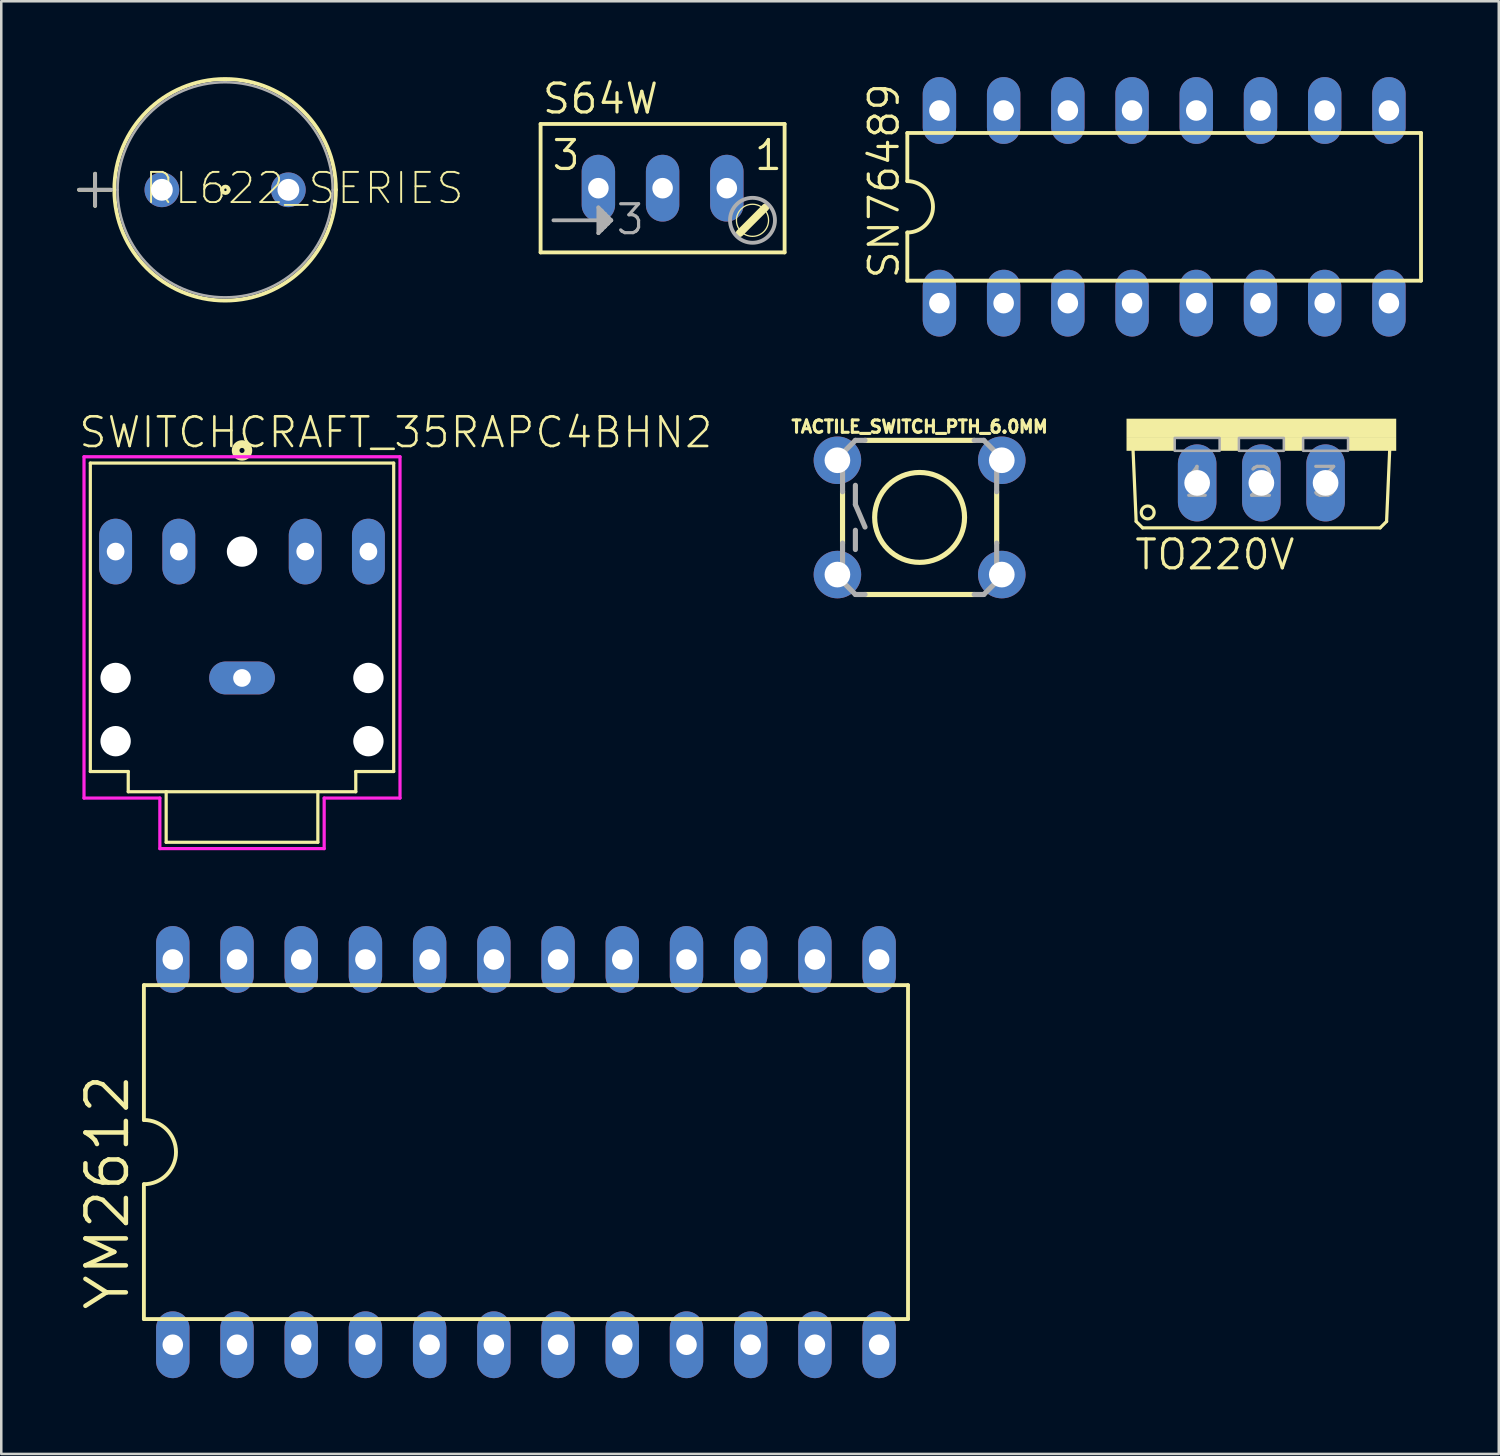
<source format=kicad_pcb>
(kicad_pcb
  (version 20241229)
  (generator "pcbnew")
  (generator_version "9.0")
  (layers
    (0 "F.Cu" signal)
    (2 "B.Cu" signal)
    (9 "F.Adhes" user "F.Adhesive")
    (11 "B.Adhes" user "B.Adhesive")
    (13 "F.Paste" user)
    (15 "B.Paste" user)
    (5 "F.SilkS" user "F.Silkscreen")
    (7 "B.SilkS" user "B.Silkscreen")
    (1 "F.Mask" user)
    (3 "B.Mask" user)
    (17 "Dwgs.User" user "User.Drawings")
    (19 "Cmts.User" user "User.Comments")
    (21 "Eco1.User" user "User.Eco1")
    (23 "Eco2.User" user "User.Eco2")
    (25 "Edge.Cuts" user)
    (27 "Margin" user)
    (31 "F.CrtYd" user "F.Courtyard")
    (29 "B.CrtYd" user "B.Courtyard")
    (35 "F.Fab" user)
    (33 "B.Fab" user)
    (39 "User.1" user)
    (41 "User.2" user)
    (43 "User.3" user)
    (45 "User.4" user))
  (footprint "TACTILE_SWITCH_PTH_6.0MM"
    (layer "F.Cu")
    (at 33.326 17.417)
    (property "Reference" "TACTILE_SWITCH_PTH_6.0MM" (at 0 -3.302 0) (layer "F.SilkS") (effects (font (size 0.488 0.488) (thickness 0.122)) (justify bottom)))
    (fp_line (start -3.048 -1.028) (end -3.048 1.016) (stroke (width 0.203) (type solid)) (layer "F.SilkS"))
    (fp_line (start -2.159 3.048) (end 2.159 3.048) (stroke (width 0.203) (type solid)) (layer "F.SilkS"))
    (fp_line (start 2.159 -3.048) (end -2.159 -3.048) (stroke (width 0.203) (type solid)) (layer "F.SilkS"))
    (fp_line (start 3.048 -0.998) (end 3.048 1.016) (stroke (width 0.203) (type solid)) (layer "F.SilkS"))
    (fp_circle (center 0 0) (end 1.778 0) (stroke (width 0.203) (type solid)) (fill no) (layer "F.SilkS"))
    (fp_line (start -3.048 -2.54) (end -3.048 -1.016) (stroke (width 0.203) (type solid)) (layer "F.Fab"))
    (fp_line (start -3.048 2.54) (end -3.048 1.016) (stroke (width 0.203) (type solid)) (layer "F.Fab"))
    (fp_line (start -2.54 -3.048) (end -3.048 -2.54) (stroke (width 0.203) (type solid)) (layer "F.Fab"))
    (fp_line (start -2.54 -3.048) (end -2.159 -3.048) (stroke (width 0.203) (type solid)) (layer "F.Fab"))
    (fp_line (start -2.54 -1.27) (end -2.54 -0.508) (stroke (width 0.203) (type solid)) (layer "F.Fab"))
    (fp_line (start -2.54 -0.508) (end -2.159 0.381) (stroke (width 0.203) (type solid)) (layer "F.Fab"))
    (fp_line (start -2.54 0.508) (end -2.54 1.27) (stroke (width 0.203) (type solid)) (layer "F.Fab"))
    (fp_line (start -2.54 3.048) (end -3.048 2.54) (stroke (width 0.203) (type solid)) (layer "F.Fab"))
    (fp_line (start -2.54 3.048) (end -2.159 3.048) (stroke (width 0.203) (type solid)) (layer "F.Fab"))
    (fp_line (start 2.54 -3.048) (end 2.159 -3.048) (stroke (width 0.203) (type solid)) (layer "F.Fab"))
    (fp_line (start 2.54 3.048) (end 2.159 3.048) (stroke (width 0.203) (type solid)) (layer "F.Fab"))
    (fp_line (start 2.54 3.048) (end 3.048 2.54) (stroke (width 0.203) (type solid)) (layer "F.Fab"))
    (fp_line (start 3.048 -2.54) (end 2.54 -3.048) (stroke (width 0.203) (type solid)) (layer "F.Fab"))
    (fp_line (start 3.048 -1.016) (end 3.048 -2.54) (stroke (width 0.203) (type solid)) (layer "F.Fab"))
    (fp_line (start 3.048 2.54) (end 3.048 1.016) (stroke (width 0.203) (type solid)) (layer "F.Fab"))
    (pad "1" thru_hole circle (at -3.251 -2.261) (size 1.88 1.88) (drill 1.016) (layers "*.Cu" "*.Mask"))
    (pad "2" thru_hole circle (at 3.251 -2.261) (size 1.88 1.88) (drill 1.016) (layers "*.Cu" "*.Mask"))
    (pad "3" thru_hole circle (at -3.251 2.261) (size 1.88 1.88) (drill 1.016) (layers "*.Cu" "*.Mask"))
    (pad "4" thru_hole circle (at 3.251 2.261) (size 1.88 1.88) (drill 1.016) (layers "*.Cu" "*.Mask")))
  (footprint "YM2612"
    (layer "F.Cu")
    (at 17.755 42.523)
    (property "Reference" "YM2612" (at -15.621 6.35 90) (layer "F.SilkS") (effects (font (size 1.6 1.6) (thickness 0.178)) (justify left bottom)))
    (fp_line (start -15.113 -6.604) (end -15.113 -1.27) (stroke (width 0.152) (type solid)) (layer "F.SilkS"))
    (fp_line (start -15.113 -6.604) (end 15.113 -6.604) (stroke (width 0.152) (type solid)) (layer "F.SilkS"))
    (fp_line (start -15.113 1.27) (end -15.113 6.604) (stroke (width 0.152) (type solid)) (layer "F.SilkS"))
    (fp_line (start -15.113 6.604) (end 15.113 6.604) (stroke (width 0.152) (type solid)) (layer "F.SilkS"))
    (fp_line (start 15.113 6.604) (end 15.113 -6.604) (stroke (width 0.152) (type solid)) (layer "F.SilkS"))
    (fp_arc (start -15.113 -1.27) (mid -13.843 0) (end -15.113 1.27) (stroke (width 0.1524) (type solid)) (layer "F.SilkS"))
    (pad "/CS" thru_hole oval (at 11.43 -7.62 90) (size 2.642 1.321) (drill 0.813) (layers "*.Cu" "*.Mask"))
    (pad "/IC" thru_hole oval (at 11.43 7.62 90) (size 2.642 1.321) (drill 0.813) (layers "*.Cu" "*.Mask"))
    (pad "/IRQ" thru_hole oval (at 13.97 -7.62 90) (size 2.642 1.321) (drill 0.813) (layers "*.Cu" "*.Mask"))
    (pad "/RD" thru_hole oval (at 6.35 -7.62 90) (size 2.642 1.321) (drill 0.813) (layers "*.Cu" "*.Mask"))
    (pad "/WR" thru_hole oval (at 8.89 -7.62 90) (size 2.642 1.321) (drill 0.813) (layers "*.Cu" "*.Mask"))
    (pad "A0" thru_hole oval (at 3.81 -7.62 90) (size 2.642 1.321) (drill 0.813) (layers "*.Cu" "*.Mask"))
    (pad "A1" thru_hole oval (at 1.27 -7.62 90) (size 2.642 1.321) (drill 0.813) (layers "*.Cu" "*.Mask"))
    (pad "AGND" thru_hole oval (at -1.27 -7.62 90) (size 2.642 1.321) (drill 0.813) (layers "*.Cu" "*.Mask"))
    (pad "AVCC" thru_hole oval (at -8.89 -7.62 90) (size 2.642 1.321) (drill 0.813) (layers "*.Cu" "*.Mask"))
    (pad "D0" thru_hole oval (at -11.43 7.62 90) (size 2.642 1.321) (drill 0.813) (layers "*.Cu" "*.Mask"))
    (pad "D1" thru_hole oval (at -8.89 7.62 90) (size 2.642 1.321) (drill 0.813) (layers "*.Cu" "*.Mask"))
    (pad "D2" thru_hole oval (at -6.35 7.62 90) (size 2.642 1.321) (drill 0.813) (layers "*.Cu" "*.Mask"))
    (pad "D3" thru_hole oval (at -3.81 7.62 90) (size 2.642 1.321) (drill 0.813) (layers "*.Cu" "*.Mask"))
    (pad "D4" thru_hole oval (at -1.27 7.62 90) (size 2.642 1.321) (drill 0.813) (layers "*.Cu" "*.Mask"))
    (pad "D5" thru_hole oval (at 1.27 7.62 90) (size 2.642 1.321) (drill 0.813) (layers "*.Cu" "*.Mask"))
    (pad "D6" thru_hole oval (at 3.81 7.62 90) (size 2.642 1.321) (drill 0.813) (layers "*.Cu" "*.Mask"))
    (pad "D7" thru_hole oval (at 6.35 7.62 90) (size 2.642 1.321) (drill 0.813) (layers "*.Cu" "*.Mask"))
    (pad "GND@1" thru_hole oval (at -13.97 7.62 90) (size 2.642 1.321) (drill 0.813) (layers "*.Cu" "*.Mask"))
    (pad "GND@2" thru_hole oval (at 13.97 7.62 90) (size 2.642 1.321) (drill 0.813) (layers "*.Cu" "*.Mask"))
    (pad "M" thru_hole oval (at -13.97 -7.62 90) (size 2.642 1.321) (drill 0.813) (layers "*.Cu" "*.Mask"))
    (pad "MOL" thru_hole oval (at -6.35 -7.62 90) (size 2.642 1.321) (drill 0.813) (layers "*.Cu" "*.Mask"))
    (pad "MOR" thru_hole oval (at -3.81 -7.62 90) (size 2.642 1.321) (drill 0.813) (layers "*.Cu" "*.Mask"))
    (pad "NC" thru_hole oval (at 8.89 7.62 90) (size 2.642 1.321) (drill 0.813) (layers "*.Cu" "*.Mask"))
    (pad "VCC" thru_hole oval (at -11.43 -7.62 90) (size 2.642 1.321) (drill 0.813) (layers "*.Cu" "*.Mask")))
  (footprint "S64W"
    (layer "F.Cu")
    (at 23.16 5.664)
    (property "Reference" "S64W" (at -4.826 -4.14 0) (layer "F.SilkS") (effects (font (size 1.143 1.143) (thickness 0.127)) (justify left bottom)))
    (fp_line (start -4.826 -3.81) (end 4.826 -3.81) (stroke (width 0.152) (type solid)) (layer "F.SilkS"))
    (fp_line (start -4.826 1.27) (end -4.826 -3.81) (stroke (width 0.152) (type solid)) (layer "F.SilkS"))
    (fp_line (start -4.826 1.27) (end 4.826 1.27) (stroke (width 0.152) (type solid)) (layer "F.SilkS"))
    (fp_line (start 4.064 -0.508) (end 3.048 0.508) (stroke (width 0.305) (type solid)) (layer "F.SilkS"))
    (fp_line (start 4.826 -3.81) (end 4.826 1.27) (stroke (width 0.152) (type solid)) (layer "F.SilkS"))
    (fp_circle (center 3.556 0) (end 4.191 0) (stroke (width 0.051) (type solid)) (fill no) (layer "F.SilkS"))
    (fp_line (start -4.318 0) (end -2.413 0) (stroke (width 0.152) (type solid)) (layer "F.Fab"))
    (fp_line (start -2.54 -0.508) (end -2.54 0.508) (stroke (width 0.152) (type solid)) (layer "F.Fab"))
    (fp_line (start -2.54 0.508) (end -2.413 0.381) (stroke (width 0.152) (type solid)) (layer "F.Fab"))
    (fp_line (start -2.413 -0.381) (end -2.54 -0.508) (stroke (width 0.152) (type solid)) (layer "F.Fab"))
    (fp_line (start -2.413 0) (end -2.413 -0.381) (stroke (width 0.152) (type solid)) (layer "F.Fab"))
    (fp_line (start -2.413 0.381) (end -2.413 0) (stroke (width 0.152) (type solid)) (layer "F.Fab"))
    (fp_line (start -2.286 -0.254) (end -2.413 -0.381) (stroke (width 0.152) (type solid)) (layer "F.Fab"))
    (fp_line (start -2.286 0.254) (end -2.413 0.381) (stroke (width 0.152) (type solid)) (layer "F.Fab"))
    (fp_line (start -2.286 0.254) (end -2.286 -0.254) (stroke (width 0.152) (type solid)) (layer "F.Fab"))
    (fp_line (start -2.159 -0.127) (end -2.286 -0.254) (stroke (width 0.152) (type solid)) (layer "F.Fab"))
    (fp_line (start -2.159 0.127) (end -2.286 0.254) (stroke (width 0.152) (type solid)) (layer "F.Fab"))
    (fp_line (start -2.159 0.127) (end -2.159 -0.127) (stroke (width 0.152) (type solid)) (layer "F.Fab"))
    (fp_line (start -2.032 0) (end -2.413 0) (stroke (width 0.152) (type solid)) (layer "F.Fab"))
    (fp_line (start -2.032 0) (end -2.159 -0.127) (stroke (width 0.152) (type solid)) (layer "F.Fab"))
    (fp_line (start -2.032 0) (end -2.159 0.127) (stroke (width 0.152) (type solid)) (layer "F.Fab"))
    (fp_circle (center 3.556 0) (end 4.445 0) (stroke (width 0.152) (type solid)) (fill no) (layer "F.Fab"))
    (fp_text user "3" (at -4.445 -1.905 0) (layer "F.SilkS") (effects (font (size 1.143 1.143) (thickness 0.127)) (justify left bottom)))
    (fp_text user "1" (at 3.556 -1.905 0) (layer "F.SilkS") (effects (font (size 1.143 1.143) (thickness 0.127)) (justify left bottom)))
    (fp_text user "3" (at -1.905 0.635 0) (layer "F.Fab") (effects (font (size 1.143 1.143) (thickness 0.127)) (justify left bottom)))
    (pad "A" thru_hole oval (at 2.54 -1.27 90) (size 2.642 1.321) (drill 0.813) (layers "*.Cu" "*.Mask"))
    (pad "E" thru_hole oval (at -2.54 -1.27 90) (size 2.642 1.321) (drill 0.813) (layers "*.Cu" "*.Mask"))
    (pad "S" thru_hole oval (at 0 -1.27 90) (size 2.642 1.321) (drill 0.813) (layers "*.Cu" "*.Mask")))
  (footprint "SWITCHCRAFT_35RAPC4BHN2"
    (layer "F.Cu")
    (at 6.523 22.768)
    (property "Reference" "SWITCHCRAFT_35RAPC4BHN2" (at -6.523 -8.028 0) (layer "F.SilkS") (effects (font (size 1.173 1.173) (thickness 0.102)) (justify left bottom)))
    (fp_line (start -6 -7.5) (end 6 -7.5) (stroke (width 0.127) (type solid)) (layer "F.SilkS"))
    (fp_line (start -6 4.7) (end -6 -7.5) (stroke (width 0.127) (type solid)) (layer "F.SilkS"))
    (fp_line (start -4.5 4.7) (end -6 4.7) (stroke (width 0.127) (type solid)) (layer "F.SilkS"))
    (fp_line (start -4.5 5.5) (end -4.5 4.7) (stroke (width 0.127) (type solid)) (layer "F.SilkS"))
    (fp_line (start -4.5 5.5) (end -3 5.5) (stroke (width 0.127) (type solid)) (layer "F.SilkS"))
    (fp_line (start -3 5.5) (end 3 5.5) (stroke (width 0.127) (type solid)) (layer "F.SilkS"))
    (fp_line (start -3 7.5) (end -3 5.5) (stroke (width 0.127) (type solid)) (layer "F.SilkS"))
    (fp_line (start -3 7.5) (end 3 7.5) (stroke (width 0.127) (type solid)) (layer "F.SilkS"))
    (fp_line (start 3 5.5) (end 4.5 5.5) (stroke (width 0.127) (type solid)) (layer "F.SilkS"))
    (fp_line (start 3 7.5) (end 3 5.5) (stroke (width 0.127) (type solid)) (layer "F.SilkS"))
    (fp_line (start 4.5 4.7) (end 4.5 5.5) (stroke (width 0.127) (type solid)) (layer "F.SilkS"))
    (fp_line (start 6 -7.5) (end 6 4.7) (stroke (width 0.127) (type solid)) (layer "F.SilkS"))
    (fp_line (start 6 4.7) (end 4.5 4.7) (stroke (width 0.127) (type solid)) (layer "F.SilkS"))
    (fp_circle (center 0 -8) (end 0.1 -8) (stroke (width 0.305) (type solid)) (fill no) (layer "F.SilkS"))
    (fp_line (start -6.25 -7.75) (end 6.25 -7.75) (stroke (width 0.127) (type solid)) (layer "F.CrtYd"))
    (fp_line (start -6.25 5.75) (end -6.25 -7.75) (stroke (width 0.127) (type solid)) (layer "F.CrtYd"))
    (fp_line (start -3.25 5.75) (end -6.25 5.75) (stroke (width 0.127) (type solid)) (layer "F.CrtYd"))
    (fp_line (start -3.25 7.75) (end -3.25 5.75) (stroke (width 0.127) (type solid)) (layer "F.CrtYd"))
    (fp_line (start 3.25 5.75) (end 3.25 7.75) (stroke (width 0.127) (type solid)) (layer "F.CrtYd"))
    (fp_line (start 3.25 7.75) (end -3.25 7.75) (stroke (width 0.127) (type solid)) (layer "F.CrtYd"))
    (fp_line (start 6.25 -7.75) (end 6.25 5.75) (stroke (width 0.127) (type solid)) (layer "F.CrtYd"))
    (fp_line (start 6.25 5.75) (end 3.25 5.75) (stroke (width 0.127) (type solid)) (layer "F.CrtYd"))
    (pad "" np_thru_hole circle (at -5 1) (size 1.2 1.2) (drill 1.2) (layers "*.Cu" "*.Mask"))
    (pad "" np_thru_hole circle (at -5 3.5) (size 1.2 1.2) (drill 1.2) (layers "*.Cu" "*.Mask"))
    (pad "" np_thru_hole circle (at 0 -4) (size 1.2 1.2) (drill 1.2) (layers "*.Cu" "*.Mask"))
    (pad "" np_thru_hole circle (at 5 1) (size 1.2 1.2) (drill 1.2) (layers "*.Cu" "*.Mask"))
    (pad "" np_thru_hole circle (at 5 3.5) (size 1.2 1.2) (drill 1.2) (layers "*.Cu" "*.Mask"))
    (pad "1" thru_hole oval (at 0 1 180) (size 2.6 1.3) (drill 0.7) (layers "*.Cu" "*.Mask"))
    (pad "2" thru_hole oval (at 5 -4 90) (size 2.6 1.3) (drill 0.7) (layers "*.Cu" "*.Mask"))
    (pad "3" thru_hole oval (at -5 -4 90) (size 2.6 1.3) (drill 0.7) (layers "*.Cu" "*.Mask"))
    (pad "10" thru_hole oval (at 2.5 -4 90) (size 2.6 1.3) (drill 0.7) (layers "*.Cu" "*.Mask"))
    (pad "11" thru_hole oval (at -2.5 -4 90) (size 2.6 1.3) (drill 0.7) (layers "*.Cu" "*.Mask")))
  (footprint "TO220V"
    (layer "F.Cu")
    (at 46.845 13.512)
    (property "Reference" "TO220V" (at -5.08 6.045 0) (layer "F.SilkS") (effects (font (size 1.143 1.143) (thickness 0.127)) (justify left bottom)))
    (fp_line (start -4.953 4.064) (end -5.08 1.143) (stroke (width 0.127) (type solid)) (layer "F.SilkS"))
    (fp_line (start -4.953 4.064) (end -4.699 4.318) (stroke (width 0.127) (type solid)) (layer "F.SilkS"))
    (fp_line (start 4.699 4.318) (end -4.699 4.318) (stroke (width 0.127) (type solid)) (layer "F.SilkS"))
    (fp_line (start 4.699 4.318) (end 4.953 4.064) (stroke (width 0.127) (type solid)) (layer "F.SilkS"))
    (fp_line (start 5.08 1.143) (end 4.953 4.064) (stroke (width 0.127) (type solid)) (layer "F.SilkS"))
    (fp_circle (center -4.496 3.708) (end -4.242 3.708) (stroke (width 0.127) (type solid)) (fill no) (layer "F.SilkS"))
    (fp_poly (pts (xy -5.334 0.762) (xy 5.334 0.762) (xy 5.334 0) (xy -5.334 0)) (stroke (width 0) (type solid)) (fill yes) (layer "F.SilkS"))
    (fp_poly (pts (xy -5.334 1.27) (xy -3.429 1.27) (xy -3.429 0.762) (xy -5.334 0.762)) (stroke (width 0) (type solid)) (fill yes) (layer "F.SilkS"))
    (fp_poly (pts (xy -1.651 1.27) (xy -0.889 1.27) (xy -0.889 0.762) (xy -1.651 0.762)) (stroke (width 0) (type solid)) (fill yes) (layer "F.SilkS"))
    (fp_poly (pts (xy 0.889 1.27) (xy 1.651 1.27) (xy 1.651 0.762) (xy 0.889 0.762)) (stroke (width 0) (type solid)) (fill yes) (layer "F.SilkS"))
    (fp_poly (pts (xy 3.429 1.27) (xy 5.334 1.27) (xy 5.334 0.762) (xy 3.429 0.762)) (stroke (width 0) (type solid)) (fill yes) (layer "F.SilkS"))
    (fp_poly (pts (xy -3.429 1.27) (xy -1.651 1.27) (xy -1.651 0.762) (xy -3.429 0.762)) (stroke (width 0.1) (type solid)) (fill no) (layer "F.Fab"))
    (fp_poly (pts (xy -0.889 1.27) (xy 0.889 1.27) (xy 0.889 0.762) (xy -0.889 0.762)) (stroke (width 0.1) (type solid)) (fill no) (layer "F.Fab"))
    (fp_poly (pts (xy 1.651 1.27) (xy 3.429 1.27) (xy 3.429 0.762) (xy 1.651 0.762)) (stroke (width 0.1) (type solid)) (fill no) (layer "F.Fab"))
    (fp_text user "3" (at 1.905 3.175 0) (layer "F.Fab") (effects (font (size 1.143 1.143) (thickness 0.127)) (justify left bottom)))
    (fp_text user "2" (at -0.635 3.175 0) (layer "F.Fab") (effects (font (size 1.143 1.143) (thickness 0.127)) (justify left bottom)))
    (fp_text user "1" (at -3.175 3.175 0) (layer "F.Fab") (effects (font (size 1.143 1.143) (thickness 0.127)) (justify left bottom)))
    (pad "1" thru_hole oval (at -2.54 2.54 90) (size 3.048 1.524) (drill 1.016) (layers "*.Cu" "*.Mask"))
    (pad "2" thru_hole oval (at 0 2.54 90) (size 3.048 1.524) (drill 1.016) (layers "*.Cu" "*.Mask"))
    (pad "3" thru_hole oval (at 2.54 2.54 90) (size 3.048 1.524) (drill 1.016) (layers "*.Cu" "*.Mask")))
  (footprint "SN76489"
    (layer "F.Cu")
    (at 37.92 5.131)
    (property "Reference" "SN76489" (at -5.334 2.921 90) (layer "F.SilkS") (effects (font (size 1.143 1.143) (thickness 0.127)) (justify left bottom)))
    (fp_line (start -5.08 -2.921) (end -5.08 -1.016) (stroke (width 0.152) (type solid)) (layer "F.SilkS"))
    (fp_line (start -5.08 2.921) (end -5.08 1.016) (stroke (width 0.152) (type solid)) (layer "F.SilkS"))
    (fp_line (start -5.08 2.921) (end 15.24 2.921) (stroke (width 0.152) (type solid)) (layer "F.SilkS"))
    (fp_line (start 15.24 -2.921) (end -5.08 -2.921) (stroke (width 0.152) (type solid)) (layer "F.SilkS"))
    (fp_line (start 15.24 -2.921) (end 15.24 2.921) (stroke (width 0.152) (type solid)) (layer "F.SilkS"))
    (fp_arc (start -5.08 -1.016) (mid -4.064 0) (end -5.08 1.016) (stroke (width 0.1524) (type solid)) (layer "F.SilkS"))
    (pad "/OE" thru_hole oval (at 8.89 3.81 90) (size 2.642 1.321) (drill 0.813) (layers "*.Cu" "*.Mask"))
    (pad "/WE" thru_hole oval (at 6.35 3.81 90) (size 2.642 1.321) (drill 0.813) (layers "*.Cu" "*.Mask"))
    (pad "CLOCK" thru_hole oval (at 1.27 -3.81 90) (size 2.642 1.321) (drill 0.813) (layers "*.Cu" "*.Mask"))
    (pad "D0" thru_hole oval (at 11.43 -3.81 90) (size 2.642 1.321) (drill 0.813) (layers "*.Cu" "*.Mask"))
    (pad "D1" thru_hole oval (at 8.89 -3.81 90) (size 2.642 1.321) (drill 0.813) (layers "*.Cu" "*.Mask"))
    (pad "D2" thru_hole oval (at 6.35 -3.81 90) (size 2.642 1.321) (drill 0.813) (layers "*.Cu" "*.Mask"))
    (pad "D3" thru_hole oval (at 3.81 -3.81 90) (size 2.642 1.321) (drill 0.813) (layers "*.Cu" "*.Mask"))
    (pad "D4" thru_hole oval (at -1.27 -3.81 90) (size 2.642 1.321) (drill 0.813) (layers "*.Cu" "*.Mask"))
    (pad "D5" thru_hole oval (at -3.81 3.81 90) (size 2.642 1.321) (drill 0.813) (layers "*.Cu" "*.Mask"))
    (pad "D6" thru_hole oval (at -1.27 3.81 90) (size 2.642 1.321) (drill 0.813) (layers "*.Cu" "*.Mask"))
    (pad "D7" thru_hole oval (at 1.27 3.81 90) (size 2.642 1.321) (drill 0.813) (layers "*.Cu" "*.Mask"))
    (pad "GND" thru_hole oval (at 13.97 3.81 90) (size 2.642 1.321) (drill 0.813) (layers "*.Cu" "*.Mask"))
    (pad "NC" thru_hole oval (at 13.97 -3.81 90) (size 2.642 1.321) (drill 0.813) (layers "*.Cu" "*.Mask"))
    (pad "READY" thru_hole oval (at 3.81 3.81 90) (size 2.642 1.321) (drill 0.813) (layers "*.Cu" "*.Mask"))
    (pad "SND_OUT" thru_hole oval (at 11.43 3.81 90) (size 2.642 1.321) (drill 0.813) (layers "*.Cu" "*.Mask"))
    (pad "VCC" thru_hole oval (at -3.81 -3.81 90) (size 2.642 1.321) (drill 0.813) (layers "*.Cu" "*.Mask")))
  (footprint "RL622_SERIES"
    (layer "F.Cu")
    (at 8.357 4.458)
    (property "Reference" "RL622_SERIES" (at -5.766 0.635 0) (layer "F.SilkS") (effects (font (size 1.194 1.194) (thickness 0.076)) (justify left bottom)))
    (fp_line (start -8.28 0) (end -7.01 0) (stroke (width 0.152) (type solid)) (layer "F.SilkS"))
    (fp_line (start -7.645 -0.635) (end -7.645 0.635) (stroke (width 0.152) (type solid)) (layer "F.SilkS"))
    (fp_arc (start -6.8834 0) (mid -2.5019 -4.3815) (end 1.8796 0) (stroke (width 0.1524) (type solid)) (layer "F.SilkS"))
    (fp_arc (start -2.6162 0) (mid -2.4892 -0.127) (end -2.3622 0) (stroke (width 0.1524) (type solid)) (layer "F.SilkS"))
    (fp_arc (start -2.3622 0) (mid -2.4892 0.127) (end -2.6162 0) (stroke (width 0.1524) (type solid)) (layer "F.SilkS"))
    (fp_arc (start 1.8796 0) (mid -2.5019 4.3815) (end -6.8834 0) (stroke (width 0.1524) (type solid)) (layer "F.SilkS"))
    (fp_line (start -8.28 0) (end -7.01 0) (stroke (width 0.152) (type solid)) (layer "F.Fab"))
    (fp_line (start -7.645 -0.635) (end -7.645 0.635) (stroke (width 0.152) (type solid)) (layer "F.Fab"))
    (fp_arc (start -6.7564 0) (mid -2.5019 -4.2545) (end 1.7526 0) (stroke (width 0.1) (type solid)) (layer "F.Fab"))
    (fp_arc (start 1.7526 0) (mid -2.5019 4.2545) (end -6.7564 0) (stroke (width 0.1) (type solid)) (layer "F.Fab"))
    (pad "1" thru_hole circle (at -5.004 0) (size 1.372 1.372) (drill 0.864) (layers "*.Cu" "*.Mask"))
    (pad "2" thru_hole circle (at 0 0 180) (size 1.372 1.372) (drill 0.864) (layers "*.Cu" "*.Mask")))
  (gr_rect
    (start -3 -3)
    (end 56.236 54.463)
    (stroke (width 0.1) (type default))
    (fill no)
    (layer "Edge.Cuts")))
</source>
